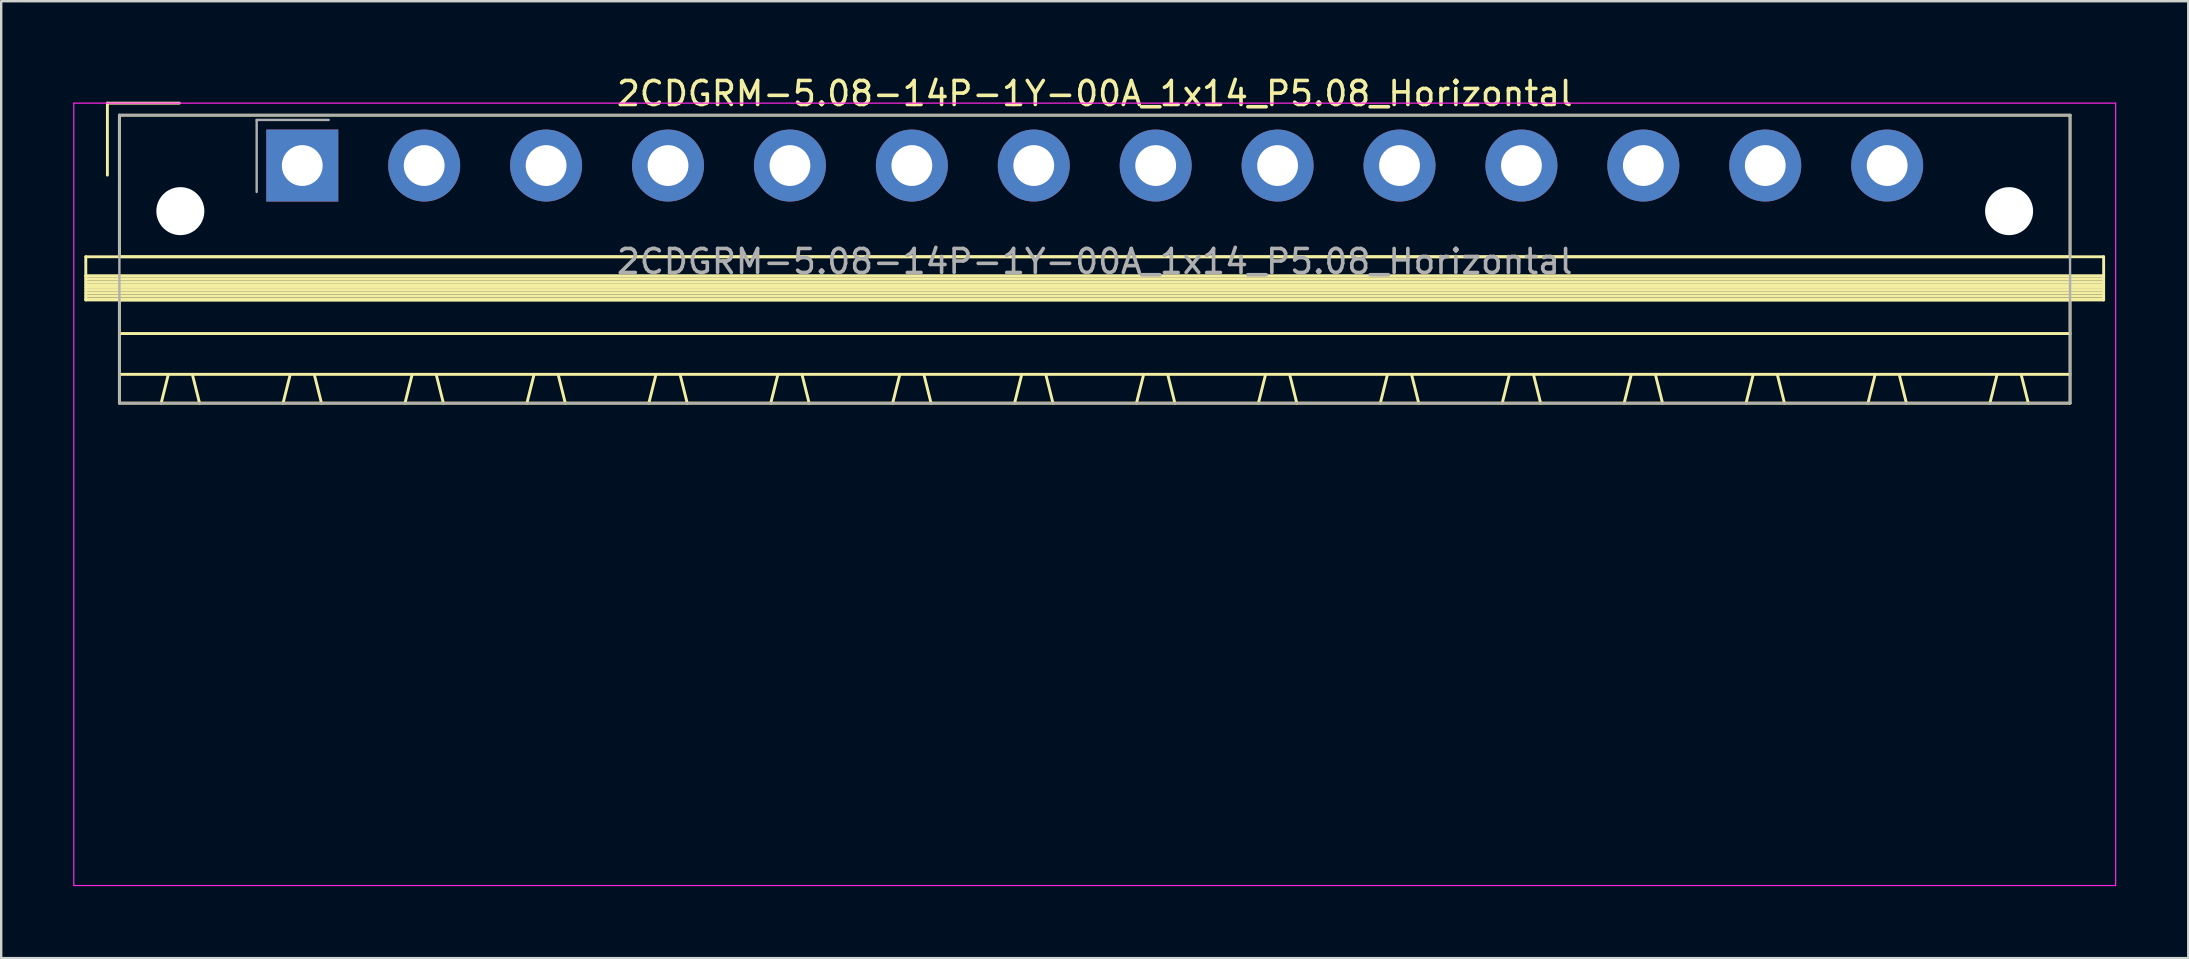
<source format=kicad_pcb>
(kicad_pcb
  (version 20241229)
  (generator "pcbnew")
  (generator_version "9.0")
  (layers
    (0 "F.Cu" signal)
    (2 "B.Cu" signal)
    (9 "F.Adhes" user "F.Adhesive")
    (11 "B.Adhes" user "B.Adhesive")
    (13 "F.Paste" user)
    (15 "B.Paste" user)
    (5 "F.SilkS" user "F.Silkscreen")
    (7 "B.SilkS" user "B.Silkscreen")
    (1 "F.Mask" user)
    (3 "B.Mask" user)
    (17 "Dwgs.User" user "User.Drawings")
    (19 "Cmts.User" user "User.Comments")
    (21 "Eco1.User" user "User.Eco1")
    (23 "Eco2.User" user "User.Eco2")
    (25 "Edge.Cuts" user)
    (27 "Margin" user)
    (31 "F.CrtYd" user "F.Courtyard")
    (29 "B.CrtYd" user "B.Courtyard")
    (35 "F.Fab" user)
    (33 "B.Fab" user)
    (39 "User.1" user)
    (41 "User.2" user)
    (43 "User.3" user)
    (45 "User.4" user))
  (footprint "2CDGRM-5.08-14P-1Y-00A_1x14_P5.08_Horizontal"
    (layer "F.Cu")
    (at 9.545 3.848)
    (property "Reference" "2CDGRM-5.08-14P-1Y-00A_1x14_P5.08_Horizontal" (at 33.02 -3 0) (layer "F.SilkS") (effects (font (size 1 1) (thickness 0.15))))
    (attr through_hole)
    (fp_line (start -9.02 3.8) (end -9.02 4.6) (stroke (width 0.12) (type solid)) (layer "F.SilkS"))
    (fp_line (start -9.02 4.6) (end -9.02 5.6) (stroke (width 0.12) (type solid)) (layer "F.SilkS"))
    (fp_line (start -9.02 4.6) (end 75.06 4.6) (stroke (width 0.12) (type solid)) (layer "F.SilkS"))
    (fp_line (start -9.02 4.72) (end 75.06 4.72) (stroke (width 0.12) (type solid)) (layer "F.SilkS"))
    (fp_line (start -9.02 4.84) (end 75.06 4.84) (stroke (width 0.12) (type solid)) (layer "F.SilkS"))
    (fp_line (start -9.02 4.96) (end 75.06 4.96) (stroke (width 0.12) (type solid)) (layer "F.SilkS"))
    (fp_line (start -9.02 5.08) (end 75.06 5.08) (stroke (width 0.12) (type solid)) (layer "F.SilkS"))
    (fp_line (start -9.02 5.2) (end 75.06 5.2) (stroke (width 0.12) (type solid)) (layer "F.SilkS"))
    (fp_line (start -9.02 5.32) (end 75.06 5.32) (stroke (width 0.12) (type solid)) (layer "F.SilkS"))
    (fp_line (start -9.02 5.44) (end 75.06 5.44) (stroke (width 0.12) (type solid)) (layer "F.SilkS"))
    (fp_line (start -9.02 5.56) (end 75.06 5.56) (stroke (width 0.12) (type solid)) (layer "F.SilkS"))
    (fp_line (start -9.02 5.6) (end 75.06 5.6) (stroke (width 0.12) (type solid)) (layer "F.SilkS"))
    (fp_line (start -8.12 -2.6) (end -8.12 0.4) (stroke (width 0.12) (type solid)) (layer "F.SilkS"))
    (fp_line (start -8.12 -2.6) (end -5.12 -2.6) (stroke (width 0.12) (type solid)) (layer "F.SilkS"))
    (fp_line (start -7.62 -2.1) (end -7.62 3.8) (stroke (width 0.12) (type solid)) (layer "F.SilkS"))
    (fp_line (start -7.62 3.8) (end 73.66 3.8) (stroke (width 0.12) (type solid)) (layer "F.SilkS"))
    (fp_line (start -7.62 5.6) (end -7.62 9.9) (stroke (width 0.12) (type solid)) (layer "F.SilkS"))
    (fp_line (start -7.62 7) (end 73.66 7) (stroke (width 0.12) (type solid)) (layer "F.SilkS"))
    (fp_line (start -7.62 8.7) (end 73.66 8.7) (stroke (width 0.12) (type solid)) (layer "F.SilkS"))
    (fp_line (start -7.62 9.9) (end 73.66 9.9) (stroke (width 0.12) (type solid)) (layer "F.SilkS"))
    (fp_line (start -5.58 8.7) (end -5.88 9.9) (stroke (width 0.12) (type solid)) (layer "F.SilkS"))
    (fp_line (start -4.58 8.7) (end -4.28 9.9) (stroke (width 0.12) (type solid)) (layer "F.SilkS"))
    (fp_line (start -0.5 8.7) (end -0.8 9.9) (stroke (width 0.12) (type solid)) (layer "F.SilkS"))
    (fp_line (start 0.5 8.7) (end 0.8 9.9) (stroke (width 0.12) (type solid)) (layer "F.SilkS"))
    (fp_line (start 4.58 8.7) (end 4.28 9.9) (stroke (width 0.12) (type solid)) (layer "F.SilkS"))
    (fp_line (start 5.58 8.7) (end 5.88 9.9) (stroke (width 0.12) (type solid)) (layer "F.SilkS"))
    (fp_line (start 9.66 8.7) (end 9.36 9.9) (stroke (width 0.12) (type solid)) (layer "F.SilkS"))
    (fp_line (start 10.66 8.7) (end 10.96 9.9) (stroke (width 0.12) (type solid)) (layer "F.SilkS"))
    (fp_line (start 14.74 8.7) (end 14.44 9.9) (stroke (width 0.12) (type solid)) (layer "F.SilkS"))
    (fp_line (start 15.74 8.7) (end 16.04 9.9) (stroke (width 0.12) (type solid)) (layer "F.SilkS"))
    (fp_line (start 19.82 8.7) (end 19.52 9.9) (stroke (width 0.12) (type solid)) (layer "F.SilkS"))
    (fp_line (start 20.82 8.7) (end 21.12 9.9) (stroke (width 0.12) (type solid)) (layer "F.SilkS"))
    (fp_line (start 24.9 8.7) (end 24.6 9.9) (stroke (width 0.12) (type solid)) (layer "F.SilkS"))
    (fp_line (start 25.9 8.7) (end 26.2 9.9) (stroke (width 0.12) (type solid)) (layer "F.SilkS"))
    (fp_line (start 29.98 8.7) (end 29.68 9.9) (stroke (width 0.12) (type solid)) (layer "F.SilkS"))
    (fp_line (start 30.98 8.7) (end 31.28 9.9) (stroke (width 0.12) (type solid)) (layer "F.SilkS"))
    (fp_line (start 35.06 8.7) (end 34.76 9.9) (stroke (width 0.12) (type solid)) (layer "F.SilkS"))
    (fp_line (start 36.06 8.7) (end 36.36 9.9) (stroke (width 0.12) (type solid)) (layer "F.SilkS"))
    (fp_line (start 40.14 8.7) (end 39.84 9.9) (stroke (width 0.12) (type solid)) (layer "F.SilkS"))
    (fp_line (start 41.14 8.7) (end 41.44 9.9) (stroke (width 0.12) (type solid)) (layer "F.SilkS"))
    (fp_line (start 45.22 8.7) (end 44.92 9.9) (stroke (width 0.12) (type solid)) (layer "F.SilkS"))
    (fp_line (start 46.22 8.7) (end 46.52 9.9) (stroke (width 0.12) (type solid)) (layer "F.SilkS"))
    (fp_line (start 50.3 8.7) (end 50 9.9) (stroke (width 0.12) (type solid)) (layer "F.SilkS"))
    (fp_line (start 51.3 8.7) (end 51.6 9.9) (stroke (width 0.12) (type solid)) (layer "F.SilkS"))
    (fp_line (start 55.38 8.7) (end 55.08 9.9) (stroke (width 0.12) (type solid)) (layer "F.SilkS"))
    (fp_line (start 56.38 8.7) (end 56.68 9.9) (stroke (width 0.12) (type solid)) (layer "F.SilkS"))
    (fp_line (start 60.46 8.7) (end 60.16 9.9) (stroke (width 0.12) (type solid)) (layer "F.SilkS"))
    (fp_line (start 61.46 8.7) (end 61.76 9.9) (stroke (width 0.12) (type solid)) (layer "F.SilkS"))
    (fp_line (start 65.54 8.7) (end 65.24 9.9) (stroke (width 0.12) (type solid)) (layer "F.SilkS"))
    (fp_line (start 66.54 8.7) (end 66.84 9.9) (stroke (width 0.12) (type solid)) (layer "F.SilkS"))
    (fp_line (start 70.62 8.7) (end 70.32 9.9) (stroke (width 0.12) (type solid)) (layer "F.SilkS"))
    (fp_line (start 71.62 8.7) (end 71.92 9.9) (stroke (width 0.12) (type solid)) (layer "F.SilkS"))
    (fp_line (start 73.66 -2.1) (end -7.62 -2.1) (stroke (width 0.12) (type solid)) (layer "F.SilkS"))
    (fp_line (start 73.66 3.8) (end 73.66 -2.1) (stroke (width 0.12) (type solid)) (layer "F.SilkS"))
    (fp_line (start 73.66 5.6) (end -7.62 5.6) (stroke (width 0.12) (type solid)) (layer "F.SilkS"))
    (fp_line (start 73.66 9.9) (end 73.66 5.6) (stroke (width 0.12) (type solid)) (layer "F.SilkS"))
    (fp_line (start 75.06 3.8) (end -9.02 3.8) (stroke (width 0.12) (type solid)) (layer "F.SilkS"))
    (fp_line (start 75.06 4.6) (end -9.02 4.6) (stroke (width 0.12) (type solid)) (layer "F.SilkS"))
    (fp_line (start 75.06 4.6) (end 75.06 3.8) (stroke (width 0.12) (type solid)) (layer "F.SilkS"))
    (fp_line (start 75.06 5.6) (end 75.06 4.6) (stroke (width 0.12) (type solid)) (layer "F.SilkS"))
    (fp_line (start -9.52 -2.6) (end -9.52 30) (stroke (width 0.05) (type solid)) (layer "F.CrtYd"))
    (fp_line (start -9.52 30) (end 75.56 30) (stroke (width 0.05) (type solid)) (layer "F.CrtYd"))
    (fp_line (start 75.56 -2.6) (end -9.52 -2.6) (stroke (width 0.05) (type solid)) (layer "F.CrtYd"))
    (fp_line (start 75.56 30) (end 75.56 -2.6) (stroke (width 0.05) (type solid)) (layer "F.CrtYd"))
    (fp_line (start -7.62 -2.1) (end -7.62 9.9) (stroke (width 0.1) (type solid)) (layer "F.Fab"))
    (fp_line (start -7.62 9.9) (end 73.66 9.9) (stroke (width 0.1) (type solid)) (layer "F.Fab"))
    (fp_line (start -1.9 -1.9) (end -1.9 1.1) (stroke (width 0.1) (type solid)) (layer "F.Fab"))
    (fp_line (start -1.9 -1.9) (end 1.1 -1.9) (stroke (width 0.1) (type solid)) (layer "F.Fab"))
    (fp_line (start 73.66 -2.1) (end -7.62 -2.1) (stroke (width 0.1) (type solid)) (layer "F.Fab"))
    (fp_line (start 73.66 9.9) (end 73.66 -2.1) (stroke (width 0.1) (type solid)) (layer "F.Fab"))
    (fp_text user "${REFERENCE}" (at 33.02 4 0) (layer "F.Fab") (effects (font (size 1 1) (thickness 0.15))))
    (pad "" np_thru_hole circle (at -5.08 1.9) (size 2 2) (drill 2) (layers "*.Cu" "*.Mask"))
    (pad "" np_thru_hole circle (at 71.12 1.9) (size 2 2) (drill 2) (layers "*.Cu" "*.Mask"))
    (pad "1" thru_hole rect (at 0 0) (size 3 3) (drill 1.7) (layers "*.Cu" "*.Mask"))
    (pad "2" thru_hole circle (at 5.08 0) (size 3 3) (drill 1.7) (layers "*.Cu" "*.Mask"))
    (pad "3" thru_hole circle (at 10.16 0) (size 3 3) (drill 1.7) (layers "*.Cu" "*.Mask"))
    (pad "4" thru_hole circle (at 15.24 0) (size 3 3) (drill 1.7) (layers "*.Cu" "*.Mask"))
    (pad "5" thru_hole circle (at 20.32 0) (size 3 3) (drill 1.7) (layers "*.Cu" "*.Mask"))
    (pad "6" thru_hole circle (at 25.4 0) (size 3 3) (drill 1.7) (layers "*.Cu" "*.Mask"))
    (pad "7" thru_hole circle (at 30.48 0) (size 3 3) (drill 1.7) (layers "*.Cu" "*.Mask"))
    (pad "8" thru_hole circle (at 35.56 0) (size 3 3) (drill 1.7) (layers "*.Cu" "*.Mask"))
    (pad "9" thru_hole circle (at 40.64 0) (size 3 3) (drill 1.7) (layers "*.Cu" "*.Mask"))
    (pad "10" thru_hole circle (at 45.72 0) (size 3 3) (drill 1.7) (layers "*.Cu" "*.Mask"))
    (pad "11" thru_hole circle (at 50.8 0) (size 3 3) (drill 1.7) (layers "*.Cu" "*.Mask"))
    (pad "12" thru_hole circle (at 55.88 0) (size 3 3) (drill 1.7) (layers "*.Cu" "*.Mask"))
    (pad "13" thru_hole circle (at 60.96 0) (size 3 3) (drill 1.7) (layers "*.Cu" "*.Mask"))
    (pad "14" thru_hole circle (at 66.04 0) (size 3 3) (drill 1.7) (layers "*.Cu" "*.Mask")))
  (gr_rect
    (start -3 -3)
    (end 88.13 36.873)
    (stroke (width 0.1) (type default))
    (fill no)
    (layer "Edge.Cuts")))
</source>
